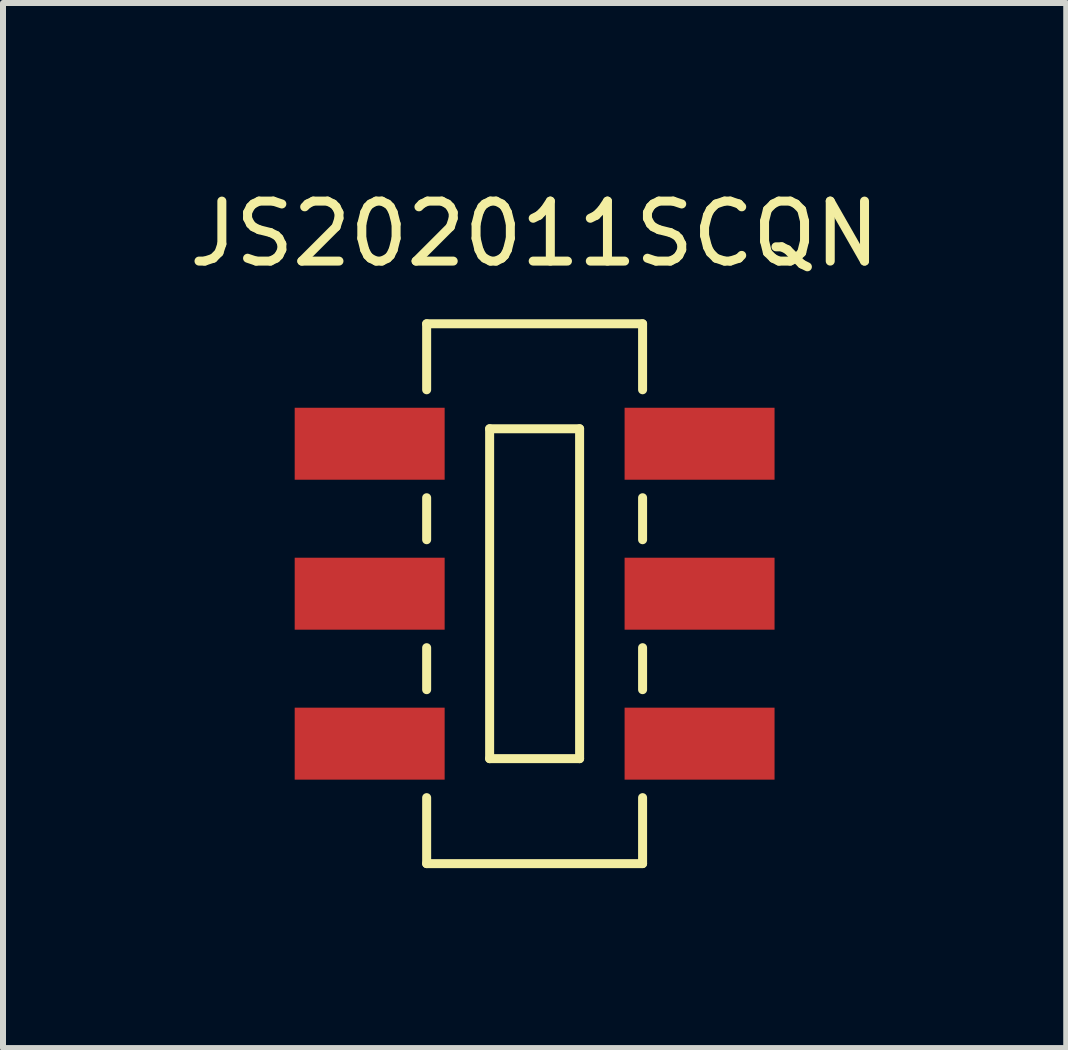
<source format=kicad_pcb>
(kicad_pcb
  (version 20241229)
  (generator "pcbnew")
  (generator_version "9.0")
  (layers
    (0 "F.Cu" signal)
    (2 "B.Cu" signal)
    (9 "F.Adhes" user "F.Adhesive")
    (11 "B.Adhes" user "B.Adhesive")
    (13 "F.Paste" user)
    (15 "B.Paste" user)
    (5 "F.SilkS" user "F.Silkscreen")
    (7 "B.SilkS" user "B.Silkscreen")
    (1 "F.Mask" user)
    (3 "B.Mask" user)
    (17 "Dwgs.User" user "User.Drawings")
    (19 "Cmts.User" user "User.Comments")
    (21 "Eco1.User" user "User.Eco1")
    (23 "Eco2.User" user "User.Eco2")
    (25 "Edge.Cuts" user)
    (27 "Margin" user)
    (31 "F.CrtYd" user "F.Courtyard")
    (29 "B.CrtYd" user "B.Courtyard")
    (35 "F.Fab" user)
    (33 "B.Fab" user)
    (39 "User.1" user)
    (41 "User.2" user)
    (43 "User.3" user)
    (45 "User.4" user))
  (footprint "JS202011SCQN"
    (layer "F.Cu")
    (at 5.863 6.848)
    (property "Reference" "JS202011SCQN" (at 0 -6 0) (layer "F.SilkS") (effects (font (size 1 1) (thickness 0.15))))
    (attr through_hole)
    (fp_line (start -1.8 -4.5) (end -1.8 -3.4) (stroke (width 0.15) (type solid)) (layer "F.SilkS"))
    (fp_line (start -1.8 -1.6) (end -1.8 -0.9) (stroke (width 0.15) (type solid)) (layer "F.SilkS"))
    (fp_line (start -1.8 0.9) (end -1.8 1.6) (stroke (width 0.15) (type solid)) (layer "F.SilkS"))
    (fp_line (start -1.8 3.4) (end -1.8 4.5) (stroke (width 0.15) (type solid)) (layer "F.SilkS"))
    (fp_line (start -1.8 4.5) (end 1.8 4.5) (stroke (width 0.15) (type solid)) (layer "F.SilkS"))
    (fp_line (start -0.75 -2.75) (end -0.75 2.75) (stroke (width 0.15) (type solid)) (layer "F.SilkS"))
    (fp_line (start -0.75 2.75) (end 0.75 2.75) (stroke (width 0.15) (type solid)) (layer "F.SilkS"))
    (fp_line (start 0.75 -2.75) (end -0.75 -2.75) (stroke (width 0.15) (type solid)) (layer "F.SilkS"))
    (fp_line (start 0.75 2.75) (end 0.75 -2.75) (stroke (width 0.15) (type solid)) (layer "F.SilkS"))
    (fp_line (start 1.8 -4.5) (end -1.8 -4.5) (stroke (width 0.15) (type solid)) (layer "F.SilkS"))
    (fp_line (start 1.8 -3.4) (end 1.8 -4.5) (stroke (width 0.15) (type solid)) (layer "F.SilkS"))
    (fp_line (start 1.8 -0.9) (end 1.8 -1.6) (stroke (width 0.15) (type solid)) (layer "F.SilkS"))
    (fp_line (start 1.8 1.6) (end 1.8 0.9) (stroke (width 0.15) (type solid)) (layer "F.SilkS"))
    (fp_line (start 1.8 4.5) (end 1.8 3.4) (stroke (width 0.15) (type solid)) (layer "F.SilkS"))
    (pad "1" smd rect (at -2.75 -2.5) (size 2.5 1.2) (layers "F.Cu" "F.Mask" "F.Paste"))
    (pad "1" smd rect (at 2.75 -2.5) (size 2.5 1.2) (layers "F.Cu" "F.Mask" "F.Paste"))
    (pad "2" smd rect (at -2.75 0) (size 2.5 1.2) (layers "F.Cu" "F.Mask" "F.Paste"))
    (pad "2" smd rect (at 2.75 0) (size 2.5 1.2) (layers "F.Cu" "F.Mask" "F.Paste"))
    (pad "3" smd rect (at -2.75 2.5 180) (size 2.5 1.2) (layers "F.Cu" "F.Mask" "F.Paste"))
    (pad "3" smd rect (at 2.75 2.5) (size 2.5 1.2) (layers "F.Cu" "F.Mask" "F.Paste")))
  (gr_rect
    (start -3 -3)
    (end 14.726 14.423)
    (stroke (width 0.1) (type default))
    (fill no)
    (layer "Edge.Cuts")))
</source>
